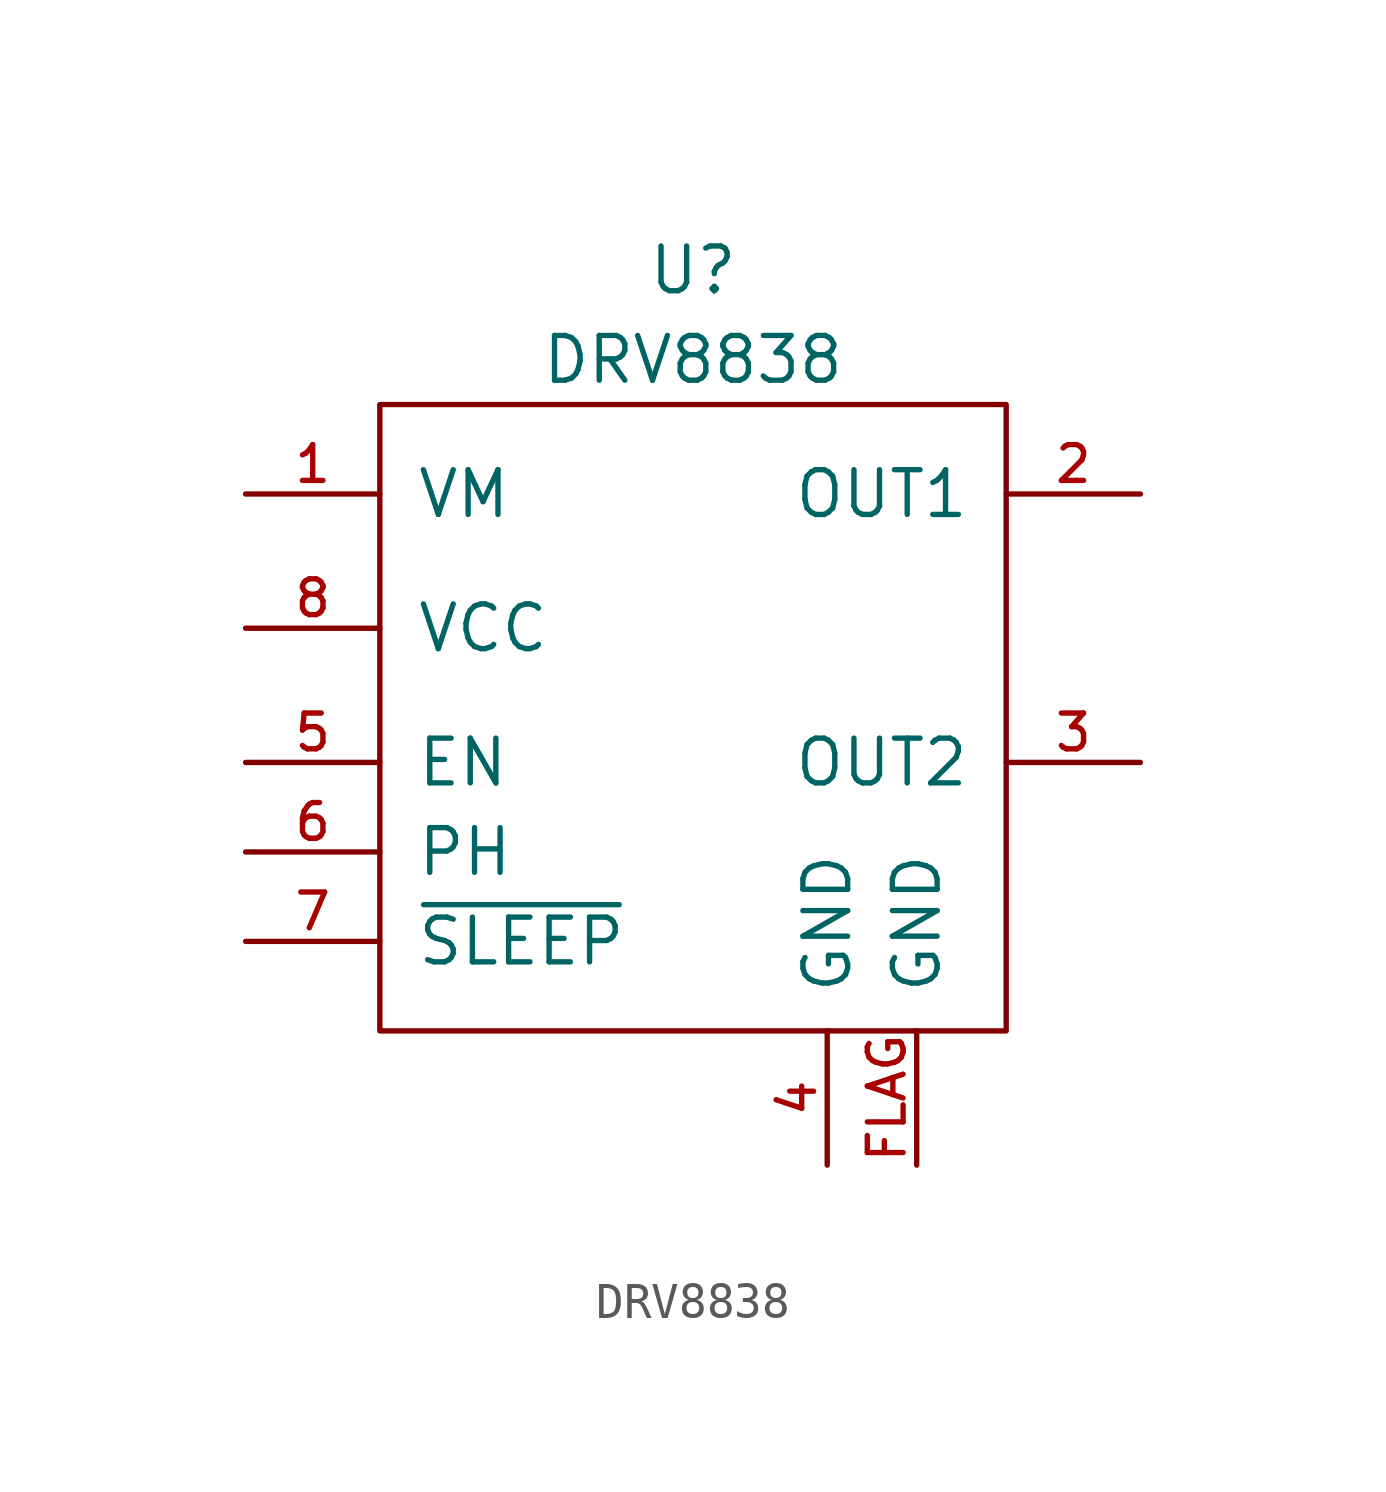
<source format=kicad_sym>
(kicad_symbol_lib
  (version 20211014)
  (generator kicad_symbol_editor)
  (symbol "DRV8838"
    (pin_names
      (offset 1.016))
    (property "Reference" "U"
      (at 0 12.7 0)
      (effects (font (size 1.27 1.27))))
    (property "Value" "DRV8838"
      (at 0 10.16 0)
      (effects (font (size 1.27 1.27))))
    (symbol "DRV8838_0_1"
      (rectangle (start -8.89 8.89) (end 8.89 -8.89) (stroke (width 0) (type default) (color 0 0 0 0)) (fill (type none))))
    (symbol "DRV8838_1_1"
      (pin power_in line (at -12.7 6.35 0) (length 3.81) (name "VM" (effects (font (size 1.27 1.27)))) (number "1" (effects (font (size 1.016 1.016)))))
      (pin power_out line (at 12.7 6.35 180) (length 3.81) (name "OUT1" (effects (font (size 1.27 1.27)))) (number "2" (effects (font (size 1.016 1.016)))))
      (pin power_out line (at 12.7 -1.27 180) (length 3.81) (name "OUT2" (effects (font (size 1.27 1.27)))) (number "3" (effects (font (size 1.016 1.016)))))
      (pin power_in line (at 3.81 -12.7 90) (length 3.81) (name "GND" (effects (font (size 1.27 1.27)))) (number "4" (effects (font (size 1.016 1.016)))))
      (pin input line (at -12.7 -1.27 0) (length 3.81) (name "EN" (effects (font (size 1.27 1.27)))) (number "5" (effects (font (size 1.016 1.016)))))
      (pin input line (at -12.7 -3.81 0) (length 3.81) (name "PH" (effects (font (size 1.27 1.27)))) (number "6" (effects (font (size 1.016 1.016)))))
      (pin input line (at -12.7 -6.35 0) (length 3.81) (name "~{SLEEP}" (effects (font (size 1.27 1.27)))) (number "7" (effects (font (size 1.016 1.016)))))
      (pin power_in line (at -12.7 2.54 0) (length 3.81) (name "VCC" (effects (font (size 1.27 1.27)))) (number "8" (effects (font (size 1.016 1.016)))))
      (pin power_in line (at 6.35 -12.7 90) (length 3.81) (name "GND" (effects (font (size 1.27 1.27)))) (number "FLAG" (effects (font (size 1.016 1.016))))))))
</source>
